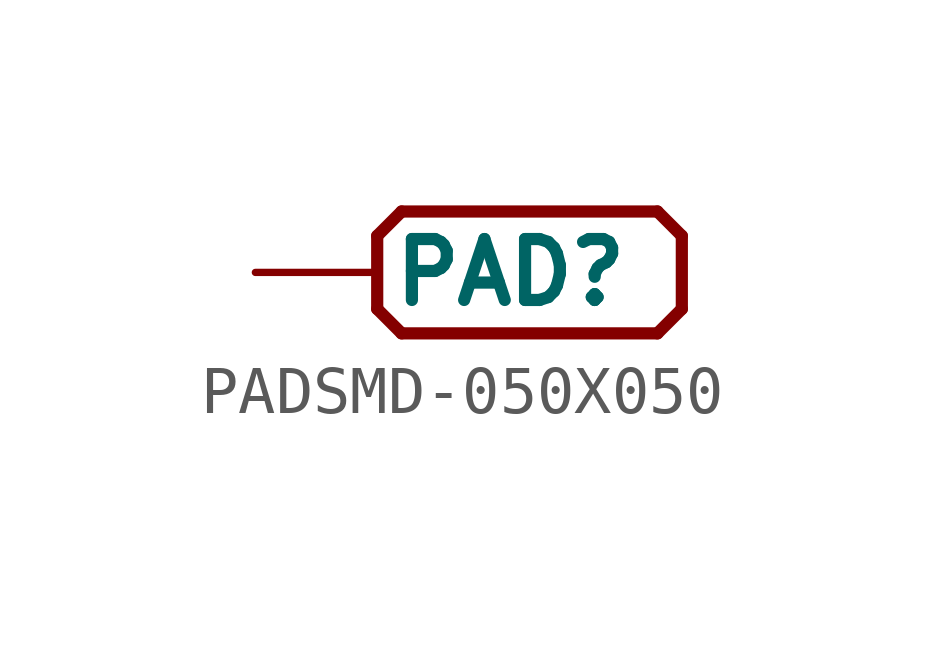
<source format=kicad_sym>
(kicad_symbol_lib
  (version 20211014)
  (generator kicad_symbol_editor)
  (symbol "PADSMD-050X050"
    (property "Reference" "PAD"
      (at -2.286 0 0)
      (effects (font (size 1.27 1.27) bold) (justify left)))
    (property "ki_locked" ""
      (at 0 0 0)
      (effects (font (size 1.27 1.27))))
    (symbol "PADSMD-050X050_1_0"
      (polyline (pts (xy -2.54 -0.762) (xy -2.54 0.762)) (stroke (width 0.254) (type default) (color 0 0 0 0)) (fill (type none)))
      (polyline (pts (xy -2.54 0.762) (xy -2.032 1.27)) (stroke (width 0.254) (type default) (color 0 0 0 0)) (fill (type none)))
      (polyline (pts (xy -2.032 -1.27) (xy -2.54 -0.762)) (stroke (width 0.254) (type default) (color 0 0 0 0)) (fill (type none)))
      (polyline (pts (xy -2.032 1.27) (xy 3.302 1.27)) (stroke (width 0.254) (type default) (color 0 0 0 0)) (fill (type none)))
      (polyline (pts (xy 3.302 -1.27) (xy -2.032 -1.27)) (stroke (width 0.254) (type default) (color 0 0 0 0)) (fill (type none)))
      (polyline (pts (xy 3.302 1.27) (xy 3.81 0.762)) (stroke (width 0.254) (type default) (color 0 0 0 0)) (fill (type none)))
      (polyline (pts (xy 3.81 -0.762) (xy 3.302 -1.27)) (stroke (width 0.254) (type default) (color 0 0 0 0)) (fill (type none)))
      (polyline (pts (xy 3.81 0.762) (xy 3.81 -0.762)) (stroke (width 0.254) (type default) (color 0 0 0 0)) (fill (type none)))
      (pin bidirectional line (at -5.08 0 0) (length 2.54) (name "PAD" (effects (font (size 0 0)))) (number "1" (effects (font (size 0 0))))))))
</source>
